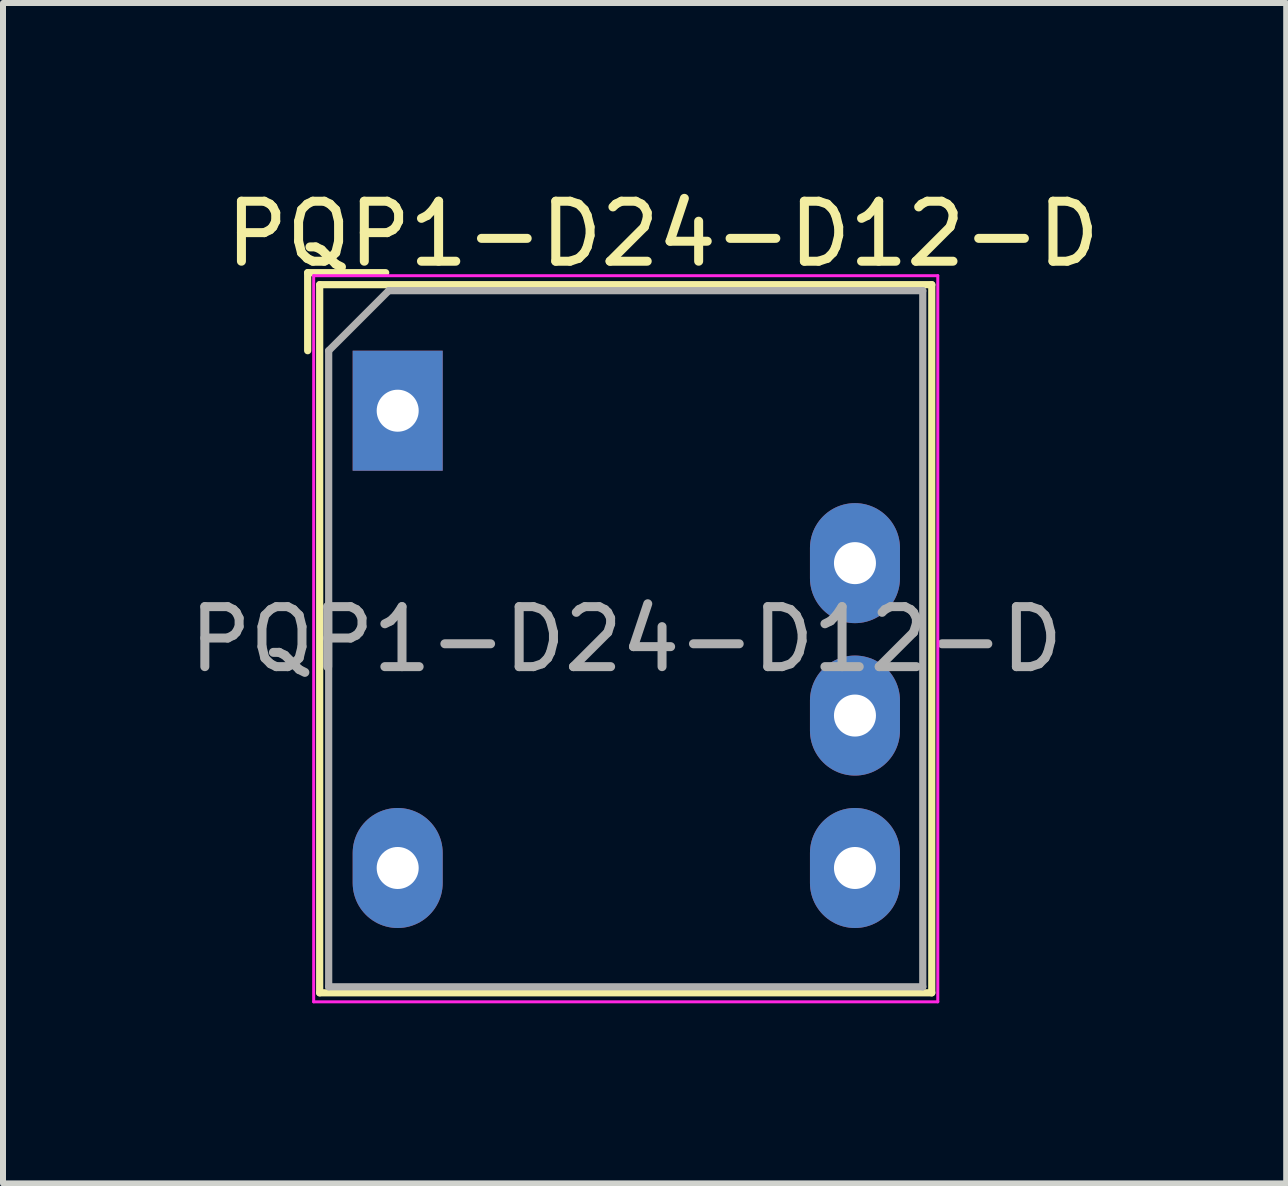
<source format=kicad_pcb>
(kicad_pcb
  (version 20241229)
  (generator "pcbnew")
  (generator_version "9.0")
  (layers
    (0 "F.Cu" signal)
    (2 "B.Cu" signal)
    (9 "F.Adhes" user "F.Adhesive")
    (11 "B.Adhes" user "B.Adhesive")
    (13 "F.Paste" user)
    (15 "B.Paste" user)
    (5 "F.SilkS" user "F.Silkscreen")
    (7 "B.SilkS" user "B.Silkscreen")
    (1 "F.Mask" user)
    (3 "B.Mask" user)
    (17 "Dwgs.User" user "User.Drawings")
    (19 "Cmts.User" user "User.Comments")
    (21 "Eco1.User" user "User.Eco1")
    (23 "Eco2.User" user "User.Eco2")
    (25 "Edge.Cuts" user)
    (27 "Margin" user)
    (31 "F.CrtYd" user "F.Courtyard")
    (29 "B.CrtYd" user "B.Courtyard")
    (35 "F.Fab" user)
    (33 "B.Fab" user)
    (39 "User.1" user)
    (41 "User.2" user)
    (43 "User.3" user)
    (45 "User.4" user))
  (footprint "PQP1-D24-D12-D"
    (layer "F.Cu")
    (at 7.387 10.449)
    (property "Reference" "PQP1-D24-D12-D" (at 0.61 -9.601 0) (layer "F.SilkS") (effects (font (size 1 1) (thickness 0.15))))
    (attr through_hole)
    (fp_line (start -5.31 -7.655) (end -5.31 -8.955) (stroke (width 0.12) (type solid)) (layer "F.SilkS"))
    (fp_line (start -5.11 -8.755) (end 5.09 -8.755) (stroke (width 0.12) (type solid)) (layer "F.SilkS"))
    (fp_line (start -5.11 3.045) (end -5.11 -8.755) (stroke (width 0.12) (type solid)) (layer "F.SilkS"))
    (fp_line (start -4.01 -8.955) (end -5.31 -8.955) (stroke (width 0.12) (type solid)) (layer "F.SilkS"))
    (fp_line (start 5.09 -8.755) (end 5.09 3.045) (stroke (width 0.12) (type solid)) (layer "F.SilkS"))
    (fp_line (start 5.09 3.045) (end -5.11 3.045) (stroke (width 0.12) (type solid)) (layer "F.SilkS"))
    (fp_line (start -5.21 -8.905) (end -5.21 3.195) (stroke (width 0.05) (type solid)) (layer "F.CrtYd"))
    (fp_line (start -5.21 -8.905) (end 5.19 -8.905) (stroke (width 0.05) (type solid)) (layer "F.CrtYd"))
    (fp_line (start 5.19 3.195) (end -5.21 3.195) (stroke (width 0.05) (type solid)) (layer "F.CrtYd"))
    (fp_line (start 5.19 3.195) (end 5.19 -8.905) (stroke (width 0.05) (type solid)) (layer "F.CrtYd"))
    (fp_line (start -4.96 -7.655) (end -3.96 -8.655) (stroke (width 0.12) (type solid)) (layer "F.Fab"))
    (fp_line (start -4.96 2.945) (end -4.96 -7.655) (stroke (width 0.12) (type solid)) (layer "F.Fab"))
    (fp_line (start -3.96 -8.655) (end 4.94 -8.655) (stroke (width 0.12) (type solid)) (layer "F.Fab"))
    (fp_line (start 4.94 -8.655) (end 4.94 2.945) (stroke (width 0.12) (type solid)) (layer "F.Fab"))
    (fp_line (start 4.94 2.945) (end -4.96 2.945) (stroke (width 0.12) (type solid)) (layer "F.Fab"))
    (fp_text user "${REFERENCE}" (at 0 -2.845 0) (layer "F.Fab") (effects (font (size 1 1) (thickness 0.15))))
    (pad "1" thru_hole rect (at -3.81 -6.655) (size 1.5 2) (drill 0.7) (layers "*.Cu" "*.Mask"))
    (pad "4" thru_hole oval (at -3.81 0.965) (size 1.5 2) (drill 0.7) (layers "*.Cu" "*.Mask"))
    (pad "5" thru_hole oval (at 3.81 0.965) (size 1.5 2) (drill 0.7) (layers "*.Cu" "*.Mask"))
    (pad "6" thru_hole oval (at 3.81 -1.575) (size 1.5 2) (drill 0.7) (layers "*.Cu" "*.Mask"))
    (pad "7" thru_hole oval (at 3.81 -4.115) (size 1.5 2) (drill 0.7) (layers "*.Cu" "*.Mask")))
  (gr_rect
    (start -3 -3)
    (end 18.383 16.67)
    (stroke (width 0.1) (type default))
    (fill no)
    (layer "Edge.Cuts")))
</source>
